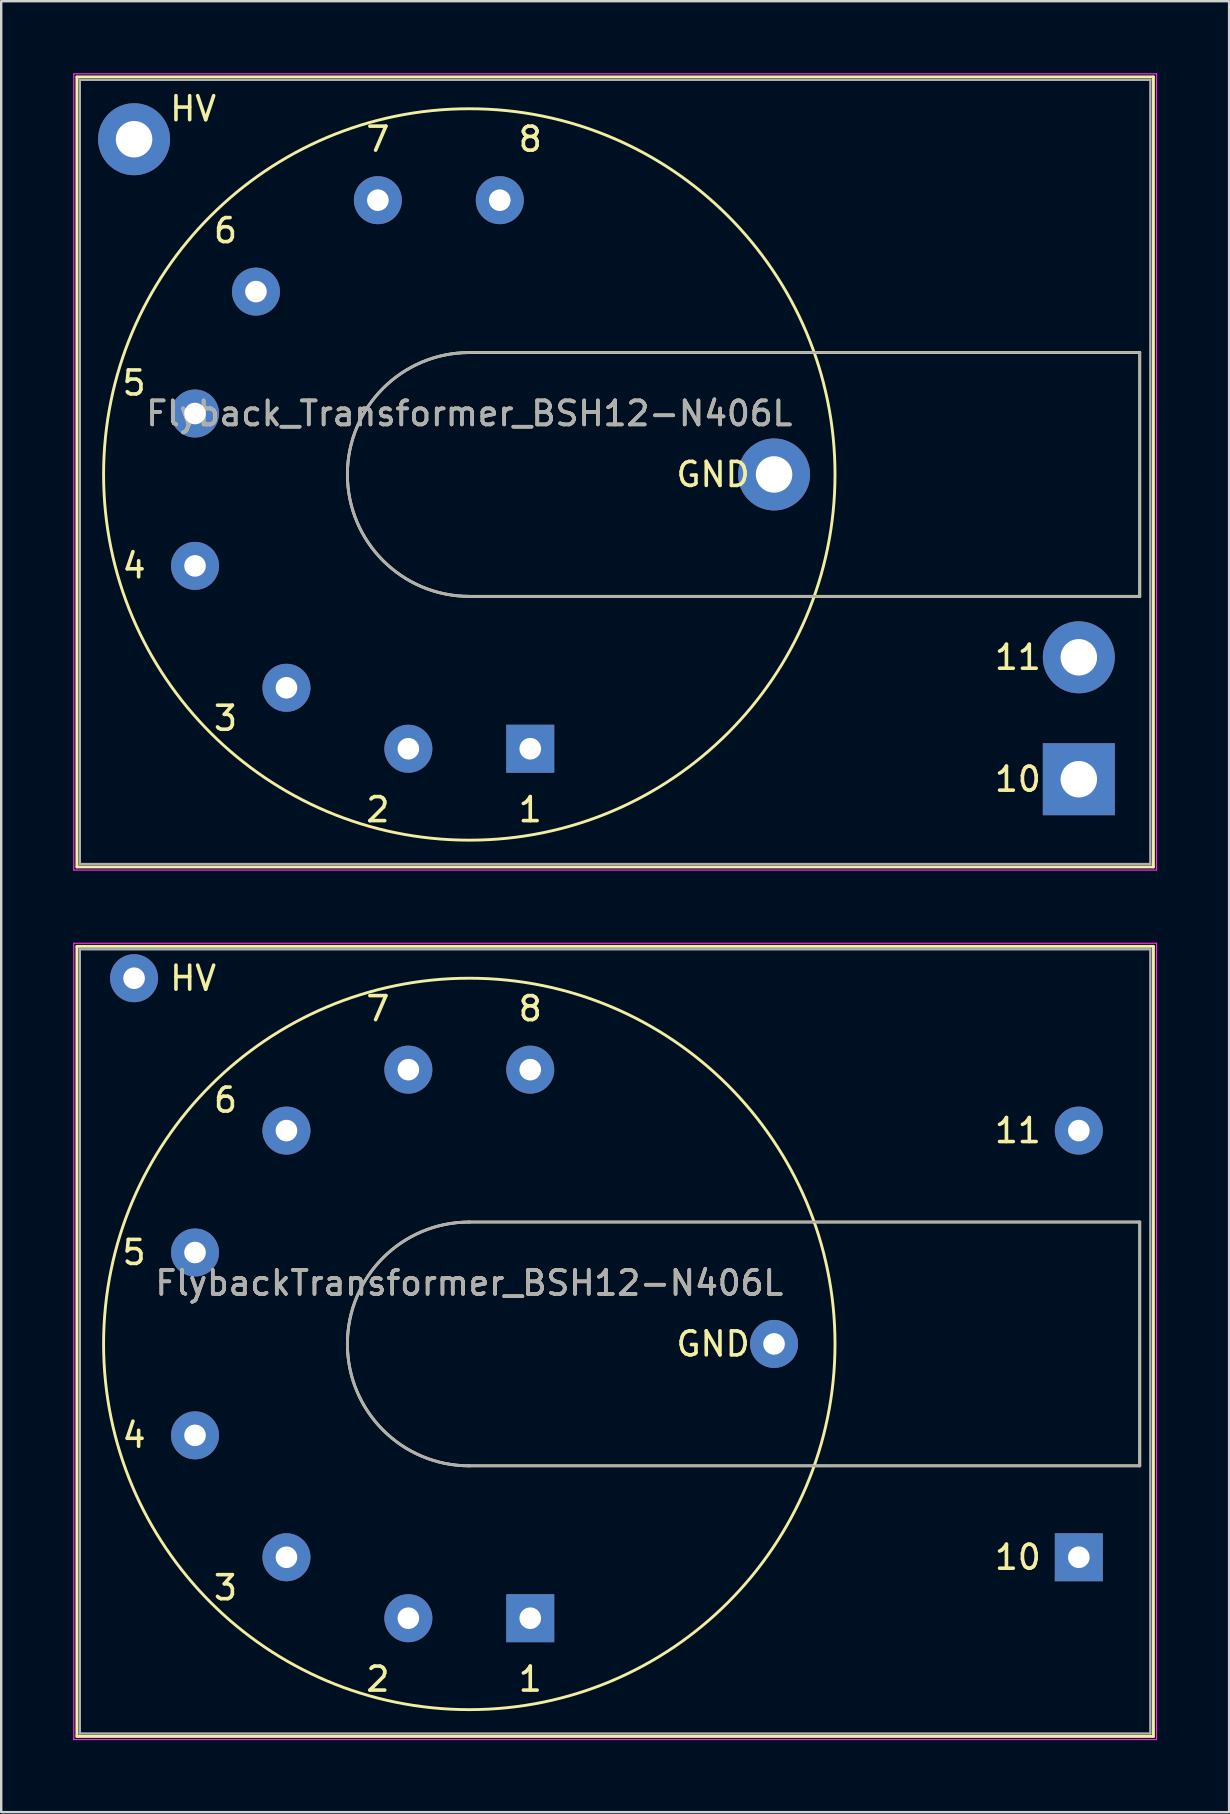
<source format=kicad_pcb>
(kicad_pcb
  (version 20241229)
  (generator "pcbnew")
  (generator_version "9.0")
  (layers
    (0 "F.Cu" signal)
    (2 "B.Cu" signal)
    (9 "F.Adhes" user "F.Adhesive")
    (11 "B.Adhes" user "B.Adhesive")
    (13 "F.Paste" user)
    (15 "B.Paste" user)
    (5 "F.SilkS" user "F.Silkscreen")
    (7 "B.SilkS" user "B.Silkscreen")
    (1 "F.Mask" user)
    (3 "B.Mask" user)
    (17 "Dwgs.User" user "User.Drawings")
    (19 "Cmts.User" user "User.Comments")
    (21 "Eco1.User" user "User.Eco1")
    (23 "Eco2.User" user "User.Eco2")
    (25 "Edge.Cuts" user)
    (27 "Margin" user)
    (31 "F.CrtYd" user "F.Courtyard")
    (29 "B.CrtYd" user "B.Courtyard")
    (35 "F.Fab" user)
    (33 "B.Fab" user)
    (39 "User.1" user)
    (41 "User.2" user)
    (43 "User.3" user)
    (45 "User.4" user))
  (footprint "FlybackTransformer_BSH12-N406L"
    (layer "F.Cu")
    (at 2.537 37.715)
    (property "Reference" "FlybackTransformer_BSH12-N406L" (at 13.97 12.7 0) (layer "F.SilkS") (effects (font (size 1 1) (thickness 0.15))))
    (attr through_hole)
    (fp_line (start -2.382 -1.327) (end -2.382 31.596) (stroke (width 0.12) (type solid)) (layer "F.SilkS"))
    (fp_line (start -2.382 -1.327) (end 42.48 -1.327) (stroke (width 0.12) (type solid)) (layer "F.SilkS"))
    (fp_line (start 41.91 10.16) (end 13.97 10.16) (stroke (width 0.12) (type solid)) (layer "F.SilkS"))
    (fp_line (start 41.91 20.32) (end 13.97 20.32) (stroke (width 0.12) (type solid)) (layer "F.SilkS"))
    (fp_line (start 41.91 20.32) (end 41.91 10.16) (stroke (width 0.12) (type solid)) (layer "F.SilkS"))
    (fp_line (start 42.48 -1.327) (end 42.48 31.596) (stroke (width 0.12) (type solid)) (layer "F.SilkS"))
    (fp_line (start 42.48 31.596) (end -2.382 31.596) (stroke (width 0.12) (type solid)) (layer "F.SilkS"))
    (fp_arc (start 13.97 20.32) (mid 8.89 15.24) (end 13.97 10.16) (stroke (width 0.12) (type solid)) (layer "F.SilkS"))
    (fp_circle (center 13.97 15.24) (end 29.21 15.24) (stroke (width 0.12) (type solid)) (fill no) (layer "F.SilkS"))
    (fp_line (start -2.512 -1.457) (end -2.512 31.726) (stroke (width 0.05) (type solid)) (layer "F.CrtYd"))
    (fp_line (start -2.512 -1.457) (end 42.608 -1.457) (stroke (width 0.05) (type solid)) (layer "F.CrtYd"))
    (fp_line (start 42.608 -1.457) (end 42.608 31.726) (stroke (width 0.05) (type solid)) (layer "F.CrtYd"))
    (fp_line (start 42.608 31.726) (end -2.512 31.726) (stroke (width 0.05) (type solid)) (layer "F.CrtYd"))
    (fp_line (start -2.262 -1.207) (end 42.352 -1.207) (stroke (width 0.1) (type solid)) (layer "F.Fab"))
    (fp_line (start -2.262 31.476) (end -2.262 -1.207) (stroke (width 0.1) (type solid)) (layer "F.Fab"))
    (fp_line (start 13.97 10.16) (end 41.91 10.16) (stroke (width 0.1) (type solid)) (layer "F.Fab"))
    (fp_line (start 41.91 10.16) (end 41.9 20.32) (stroke (width 0.1) (type solid)) (layer "F.Fab"))
    (fp_line (start 41.91 20.32) (end 13.97 20.32) (stroke (width 0.1) (type solid)) (layer "F.Fab"))
    (fp_line (start 42.352 31.476) (end -2.262 31.476) (stroke (width 0.1) (type solid)) (layer "F.Fab"))
    (fp_line (start 42.352 31.476) (end 42.352 -1.207) (stroke (width 0.1) (type solid)) (layer "F.Fab"))
    (fp_arc (start 13.97 20.32) (mid 8.89 15.24) (end 13.97 10.16) (stroke (width 0.12) (type solid)) (layer "F.Fab"))
    (fp_text user "8" (at 16.51 1.27 0) (layer "F.SilkS") (effects (font (size 1 1) (thickness 0.15))))
    (fp_text user "2" (at 10.16 29.21 0) (layer "F.SilkS") (effects (font (size 1 1) (thickness 0.15))))
    (fp_text user "11" (at 36.83 6.35 0) (layer "F.SilkS") (effects (font (size 1 1) (thickness 0.15))))
    (fp_text user "10" (at 36.83 24.13 0) (layer "F.SilkS") (effects (font (size 1 1) (thickness 0.15))))
    (fp_text user "HV" (at 2.46 0 0) (layer "F.SilkS") (effects (font (size 1 1) (thickness 0.15))))
    (fp_text user "GND" (at 24.13 15.24 0) (layer "F.SilkS") (effects (font (size 1 1) (thickness 0.15))))
    (fp_text user "5" (at 0 11.43 0) (layer "F.SilkS") (effects (font (size 1 1) (thickness 0.15))))
    (fp_text user "4" (at 0 19.05 0) (layer "F.SilkS") (effects (font (size 1 1) (thickness 0.15))))
    (fp_text user "6" (at 3.81 5.08 0) (layer "F.SilkS") (effects (font (size 1 1) (thickness 0.15))))
    (fp_text user "1" (at 16.51 29.21 0) (layer "F.SilkS") (effects (font (size 1 1) (thickness 0.15))))
    (fp_text user "7" (at 10.16 1.27 0) (layer "F.SilkS") (effects (font (size 1 1) (thickness 0.15))))
    (fp_text user "3" (at 3.81 25.4 0) (layer "F.SilkS") (effects (font (size 1 1) (thickness 0.15))))
    (fp_text user "${REFERENCE}" (at 13.97 12.7 0) (layer "F.Fab") (effects (font (size 1 1) (thickness 0.15))))
    (pad "1" thru_hole rect (at 16.51 26.67) (size 2 2) (drill 0.9) (layers "*.Cu" "*.Mask"))
    (pad "2" thru_hole circle (at 11.43 26.67) (size 2 2) (drill 0.9) (layers "*.Cu" "*.Mask"))
    (pad "3" thru_hole circle (at 6.35 24.13) (size 2 2) (drill 0.9) (layers "*.Cu" "*.Mask"))
    (pad "4" thru_hole circle (at 2.54 19.05) (size 2 2) (drill 0.9) (layers "*.Cu" "*.Mask"))
    (pad "5" thru_hole circle (at 2.54 11.43) (size 2 2) (drill 0.9) (layers "*.Cu" "*.Mask"))
    (pad "6" thru_hole circle (at 6.35 6.35) (size 2 2) (drill 0.9) (layers "*.Cu" "*.Mask"))
    (pad "7" thru_hole circle (at 11.43 3.81) (size 2 2) (drill 0.9) (layers "*.Cu" "*.Mask"))
    (pad "8" thru_hole circle (at 16.51 3.81) (size 2 2) (drill 0.9) (layers "*.Cu" "*.Mask"))
    (pad "9" thru_hole circle (at 26.67 15.24) (size 2 2) (drill 0.9) (layers "*.Cu" "*.Mask"))
    (pad "10" thru_hole rect (at 39.37 24.13) (size 2 2) (drill 0.9) (layers "*.Cu" "*.Mask"))
    (pad "11" thru_hole circle (at 39.37 6.35) (size 2 2) (drill 0.9) (layers "*.Cu" "*.Mask"))
    (pad "12" thru_hole circle (at 0 0) (size 2 2) (drill 0.9) (layers "*.Cu" "*.Mask")))
  (footprint "Flyback_Transformer_BSH12-N406L"
    (layer "F.Cu")
    (at 2.537 2.752)
    (property "Reference" "Flyback_Transformer_BSH12-N406L" (at 13.97 11.43 0) (layer "F.SilkS") (effects (font (size 1 1) (thickness 0.15))))
    (attr through_hole)
    (fp_line (start -2.382 -2.597) (end -2.382 30.326) (stroke (width 0.12) (type solid)) (layer "F.SilkS"))
    (fp_line (start -2.382 -2.597) (end 42.48 -2.597) (stroke (width 0.12) (type solid)) (layer "F.SilkS"))
    (fp_line (start 41.91 8.89) (end 13.97 8.89) (stroke (width 0.12) (type solid)) (layer "F.SilkS"))
    (fp_line (start 41.91 19.05) (end 13.97 19.05) (stroke (width 0.12) (type solid)) (layer "F.SilkS"))
    (fp_line (start 41.91 19.05) (end 41.91 8.89) (stroke (width 0.12) (type solid)) (layer "F.SilkS"))
    (fp_line (start 42.48 -2.597) (end 42.48 30.326) (stroke (width 0.12) (type solid)) (layer "F.SilkS"))
    (fp_line (start 42.48 30.326) (end -2.382 30.326) (stroke (width 0.12) (type solid)) (layer "F.SilkS"))
    (fp_arc (start 13.97 19.05) (mid 8.89 13.97) (end 13.97 8.89) (stroke (width 0.12) (type solid)) (layer "F.SilkS"))
    (fp_circle (center 13.97 13.97) (end 29.21 13.97) (stroke (width 0.12) (type solid)) (fill no) (layer "F.SilkS"))
    (fp_line (start -2.512 -2.727) (end -2.512 30.456) (stroke (width 0.05) (type solid)) (layer "F.CrtYd"))
    (fp_line (start -2.512 -2.727) (end 42.608 -2.727) (stroke (width 0.05) (type solid)) (layer "F.CrtYd"))
    (fp_line (start 42.608 -2.727) (end 42.608 30.456) (stroke (width 0.05) (type solid)) (layer "F.CrtYd"))
    (fp_line (start 42.608 30.456) (end -2.512 30.456) (stroke (width 0.05) (type solid)) (layer "F.CrtYd"))
    (fp_line (start -2.262 -2.477) (end 42.352 -2.477) (stroke (width 0.1) (type solid)) (layer "F.Fab"))
    (fp_line (start -2.262 30.206) (end -2.262 -2.477) (stroke (width 0.1) (type solid)) (layer "F.Fab"))
    (fp_line (start 13.97 8.89) (end 41.91 8.89) (stroke (width 0.1) (type solid)) (layer "F.Fab"))
    (fp_line (start 41.91 8.89) (end 41.9 19.05) (stroke (width 0.1) (type solid)) (layer "F.Fab"))
    (fp_line (start 41.91 19.05) (end 13.97 19.05) (stroke (width 0.1) (type solid)) (layer "F.Fab"))
    (fp_line (start 42.352 30.206) (end -2.262 30.206) (stroke (width 0.1) (type solid)) (layer "F.Fab"))
    (fp_line (start 42.352 30.206) (end 42.352 -2.477) (stroke (width 0.1) (type solid)) (layer "F.Fab"))
    (fp_arc (start 13.97 19.05) (mid 8.89 13.97) (end 13.97 8.89) (stroke (width 0.12) (type solid)) (layer "F.Fab"))
    (fp_text user "5" (at 0 10.16 0) (layer "F.SilkS") (effects (font (size 1 1) (thickness 0.15))))
    (fp_text user "11" (at 36.83 21.59 0) (layer "F.SilkS") (effects (font (size 1 1) (thickness 0.15))))
    (fp_text user "6" (at 3.81 3.81 0) (layer "F.SilkS") (effects (font (size 1 1) (thickness 0.15))))
    (fp_text user "8" (at 16.51 0 0) (layer "F.SilkS") (effects (font (size 1 1) (thickness 0.15))))
    (fp_text user "3" (at 3.81 24.13 0) (layer "F.SilkS") (effects (font (size 1 1) (thickness 0.15))))
    (fp_text user "2" (at 10.16 27.94 0) (layer "F.SilkS") (effects (font (size 1 1) (thickness 0.15))))
    (fp_text user "4" (at 0 17.78 0) (layer "F.SilkS") (effects (font (size 1 1) (thickness 0.15))))
    (fp_text user "HV" (at 2.46 -1.27 0) (layer "F.SilkS") (effects (font (size 1 1) (thickness 0.15))))
    (fp_text user "10" (at 36.83 26.67 0) (layer "F.SilkS") (effects (font (size 1 1) (thickness 0.15))))
    (fp_text user "GND" (at 24.13 13.97 0) (layer "F.SilkS") (effects (font (size 1 1) (thickness 0.15))))
    (fp_text user "7" (at 10.16 0 0) (layer "F.SilkS") (effects (font (size 1 1) (thickness 0.15))))
    (fp_text user "1" (at 16.51 27.94 0) (layer "F.SilkS") (effects (font (size 1 1) (thickness 0.15))))
    (fp_text user "${REFERENCE}" (at 13.97 11.43 0) (layer "F.Fab") (effects (font (size 1 1) (thickness 0.15))))
    (pad "1" thru_hole rect (at 16.51 25.4) (size 2 2) (drill 0.9) (layers "*.Cu" "*.Mask"))
    (pad "2" thru_hole circle (at 11.43 25.4) (size 2 2) (drill 0.9) (layers "*.Cu" "*.Mask"))
    (pad "3" thru_hole circle (at 6.35 22.86) (size 2 2) (drill 0.9) (layers "*.Cu" "*.Mask"))
    (pad "4" thru_hole circle (at 2.54 17.78) (size 2 2) (drill 0.9) (layers "*.Cu" "*.Mask"))
    (pad "5" thru_hole circle (at 2.54 11.43) (size 2 2) (drill 0.9) (layers "*.Cu" "*.Mask"))
    (pad "6" thru_hole circle (at 5.08 6.35) (size 2 2) (drill 0.9) (layers "*.Cu" "*.Mask"))
    (pad "7" thru_hole circle (at 10.16 2.54) (size 2 2) (drill 0.9) (layers "*.Cu" "*.Mask"))
    (pad "8" thru_hole circle (at 15.24 2.54) (size 2 2) (drill 0.9) (layers "*.Cu" "*.Mask"))
    (pad "9" thru_hole circle (at 26.67 13.97) (size 3 3) (drill 1.52) (layers "*.Cu" "*.Mask"))
    (pad "10" thru_hole rect (at 39.37 26.67) (size 3 3) (drill 1.52) (layers "*.Cu" "*.Mask"))
    (pad "11" thru_hole circle (at 39.37 21.59) (size 3 3) (drill 1.52) (layers "*.Cu" "*.Mask"))
    (pad "12" thru_hole circle (at 0 0) (size 3 3) (drill 1.52) (layers "*.Cu" "*.Mask")))
  (gr_rect
    (start -3 -3)
    (end 48.17 72.466)
    (stroke (width 0.1) (type default))
    (fill no)
    (layer "Edge.Cuts")))
</source>
